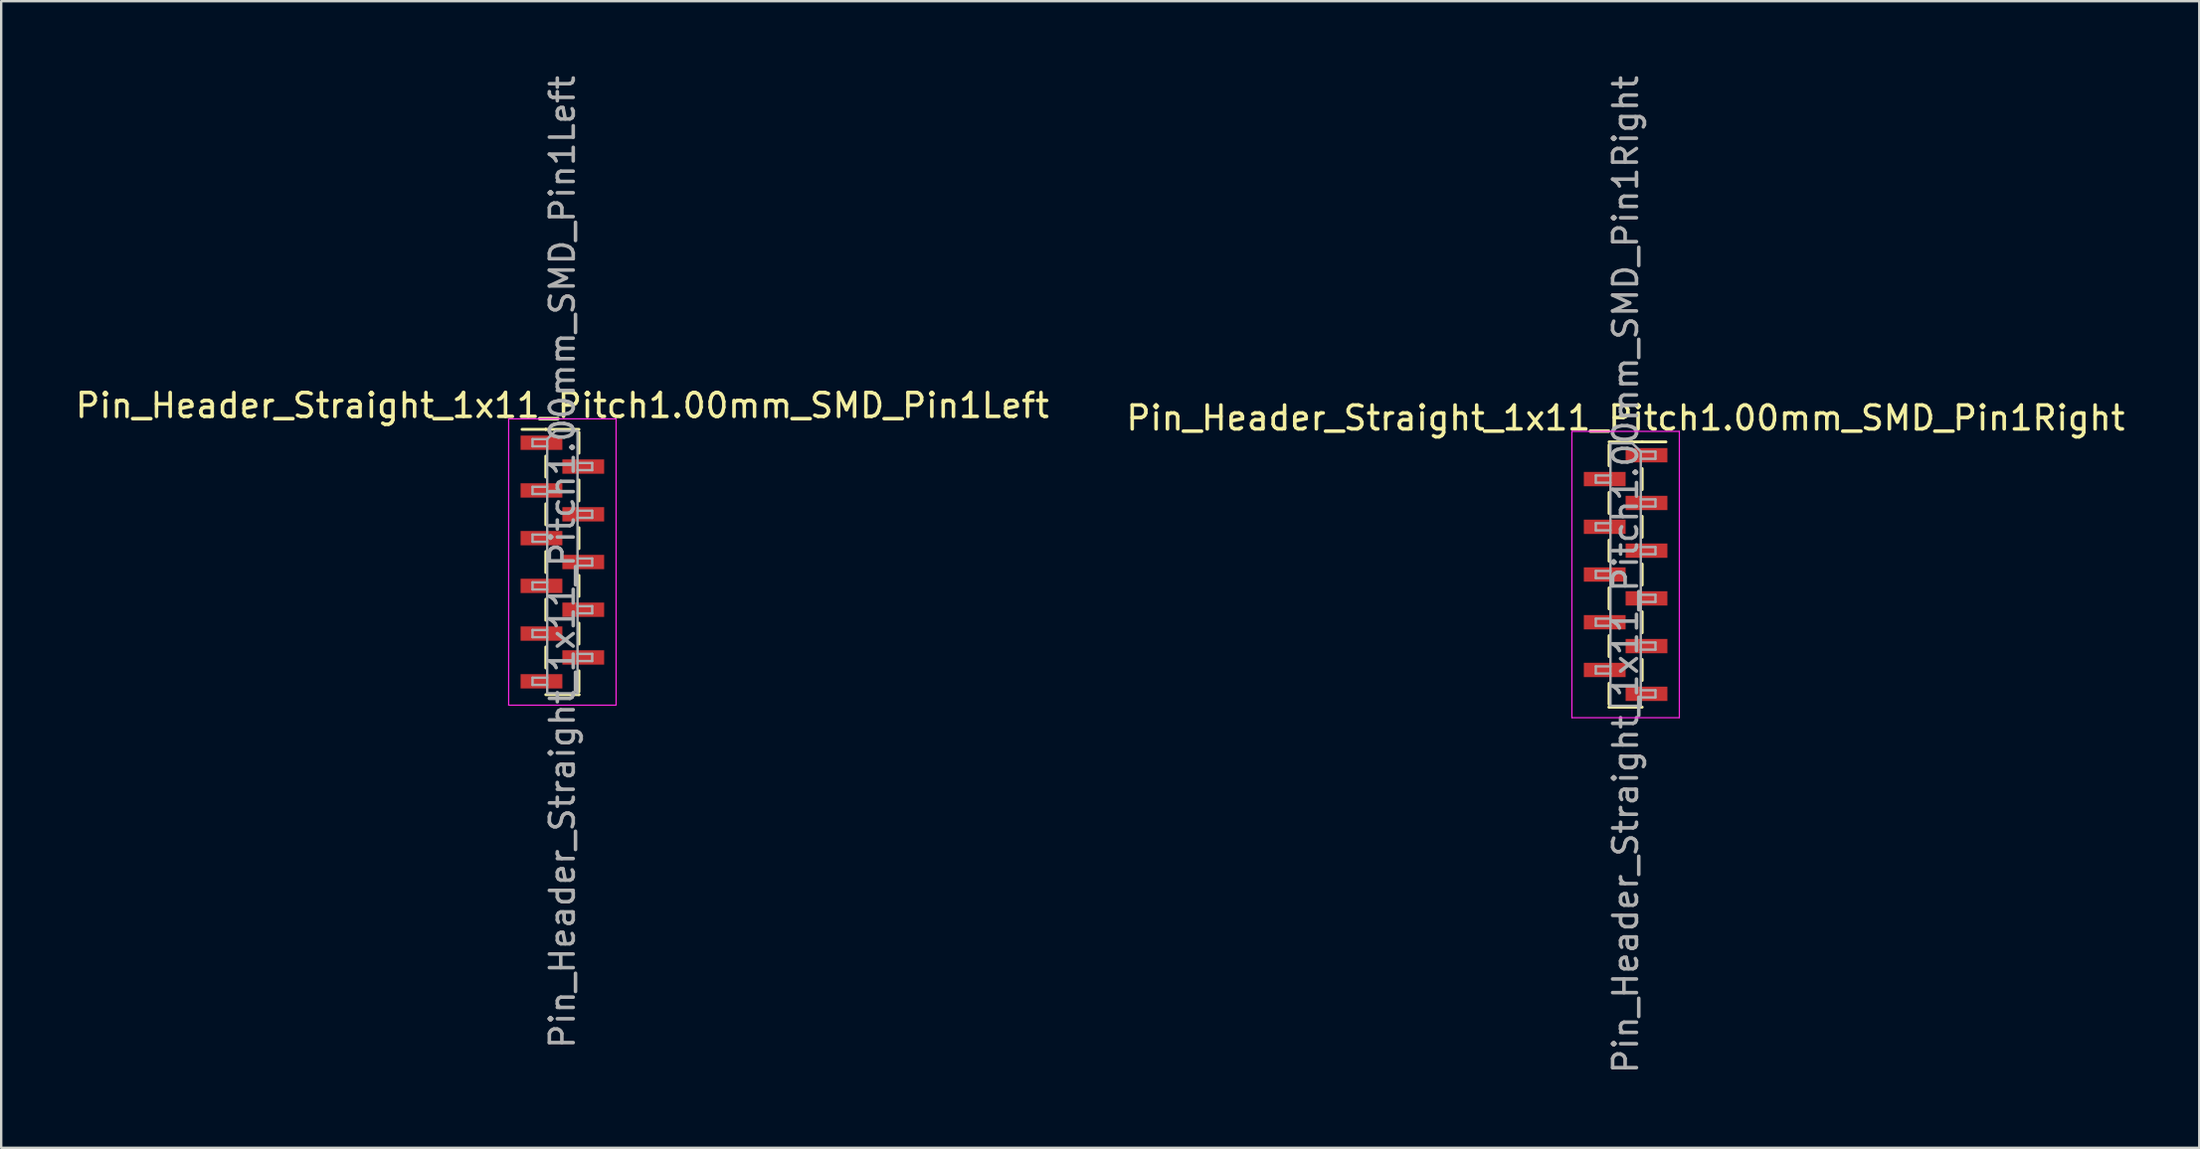
<source format=kicad_pcb>
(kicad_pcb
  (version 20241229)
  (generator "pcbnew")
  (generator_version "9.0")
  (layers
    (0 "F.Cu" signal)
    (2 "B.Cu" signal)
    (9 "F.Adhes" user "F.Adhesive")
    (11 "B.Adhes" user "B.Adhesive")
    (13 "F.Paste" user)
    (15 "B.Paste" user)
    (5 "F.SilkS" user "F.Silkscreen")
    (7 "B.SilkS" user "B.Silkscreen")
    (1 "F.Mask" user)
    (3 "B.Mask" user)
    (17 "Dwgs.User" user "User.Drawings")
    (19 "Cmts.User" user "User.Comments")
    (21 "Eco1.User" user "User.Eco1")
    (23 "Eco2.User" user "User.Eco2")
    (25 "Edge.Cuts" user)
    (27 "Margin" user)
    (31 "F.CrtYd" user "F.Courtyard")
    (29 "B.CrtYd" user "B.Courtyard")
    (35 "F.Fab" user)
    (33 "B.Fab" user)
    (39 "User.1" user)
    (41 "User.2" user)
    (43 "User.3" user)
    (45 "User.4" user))
  (footprint "Pin_Header_Straight_1x11_Pitch1.00mm_SMD_Pin1Left"
    (layer "F.Cu")
    (at 20.506 20.506)
    (property "Reference" "Pin_Header_Straight_1x11_Pitch1.00mm_SMD_Pin1Left" (at 0 -6.56 0) (layer "F.SilkS") (effects (font (size 1 1) (thickness 0.15))))
    (attr smd)
    (fp_line (start -0.695 -5.56) (end -1.69 -5.56) (stroke (width 0.12) (type solid)) (layer "F.SilkS"))
    (fp_line (start -0.695 -5.56) (end -0.695 -5.56) (stroke (width 0.12) (type solid)) (layer "F.SilkS"))
    (fp_line (start -0.695 -5.56) (end 0.695 -5.56) (stroke (width 0.12) (type solid)) (layer "F.SilkS"))
    (fp_line (start -0.695 -4.44) (end -0.695 -3.56) (stroke (width 0.12) (type solid)) (layer "F.SilkS"))
    (fp_line (start -0.695 -2.44) (end -0.695 -1.56) (stroke (width 0.12) (type solid)) (layer "F.SilkS"))
    (fp_line (start -0.695 -0.44) (end -0.695 0.44) (stroke (width 0.12) (type solid)) (layer "F.SilkS"))
    (fp_line (start -0.695 1.56) (end -0.695 2.44) (stroke (width 0.12) (type solid)) (layer "F.SilkS"))
    (fp_line (start -0.695 3.56) (end -0.695 4.44) (stroke (width 0.12) (type solid)) (layer "F.SilkS"))
    (fp_line (start -0.695 5.56) (end 0.695 5.56) (stroke (width 0.12) (type solid)) (layer "F.SilkS"))
    (fp_line (start 0.695 -5.44) (end 0.695 -4.56) (stroke (width 0.12) (type solid)) (layer "F.SilkS"))
    (fp_line (start 0.695 -3.44) (end 0.695 -2.56) (stroke (width 0.12) (type solid)) (layer "F.SilkS"))
    (fp_line (start 0.695 -1.44) (end 0.695 -0.56) (stroke (width 0.12) (type solid)) (layer "F.SilkS"))
    (fp_line (start 0.695 0.56) (end 0.695 1.44) (stroke (width 0.12) (type solid)) (layer "F.SilkS"))
    (fp_line (start 0.695 2.56) (end 0.695 3.44) (stroke (width 0.12) (type solid)) (layer "F.SilkS"))
    (fp_line (start 0.695 4.56) (end 0.695 5.44) (stroke (width 0.12) (type solid)) (layer "F.SilkS"))
    (fp_line (start 0.695 5.56) (end 0.695 5.56) (stroke (width 0.12) (type solid)) (layer "F.SilkS"))
    (fp_line (start -2.25 -6) (end -2.25 6) (stroke (width 0.05) (type solid)) (layer "F.CrtYd"))
    (fp_line (start -2.25 6) (end 2.25 6) (stroke (width 0.05) (type solid)) (layer "F.CrtYd"))
    (fp_line (start 2.25 -6) (end -2.25 -6) (stroke (width 0.05) (type solid)) (layer "F.CrtYd"))
    (fp_line (start 2.25 6) (end 2.25 -6) (stroke (width 0.05) (type solid)) (layer "F.CrtYd"))
    (fp_line (start -1.25 -5.15) (end -1.25 -4.85) (stroke (width 0.1) (type solid)) (layer "F.Fab"))
    (fp_line (start -1.25 -4.85) (end -0.635 -4.85) (stroke (width 0.1) (type solid)) (layer "F.Fab"))
    (fp_line (start -1.25 -3.15) (end -1.25 -2.85) (stroke (width 0.1) (type solid)) (layer "F.Fab"))
    (fp_line (start -1.25 -2.85) (end -0.635 -2.85) (stroke (width 0.1) (type solid)) (layer "F.Fab"))
    (fp_line (start -1.25 -1.15) (end -1.25 -0.85) (stroke (width 0.1) (type solid)) (layer "F.Fab"))
    (fp_line (start -1.25 -0.85) (end -0.635 -0.85) (stroke (width 0.1) (type solid)) (layer "F.Fab"))
    (fp_line (start -1.25 0.85) (end -1.25 1.15) (stroke (width 0.1) (type solid)) (layer "F.Fab"))
    (fp_line (start -1.25 1.15) (end -0.635 1.15) (stroke (width 0.1) (type solid)) (layer "F.Fab"))
    (fp_line (start -1.25 2.85) (end -1.25 3.15) (stroke (width 0.1) (type solid)) (layer "F.Fab"))
    (fp_line (start -1.25 3.15) (end -0.635 3.15) (stroke (width 0.1) (type solid)) (layer "F.Fab"))
    (fp_line (start -1.25 4.85) (end -1.25 5.15) (stroke (width 0.1) (type solid)) (layer "F.Fab"))
    (fp_line (start -1.25 5.15) (end -0.635 5.15) (stroke (width 0.1) (type solid)) (layer "F.Fab"))
    (fp_line (start -0.635 -5.15) (end -1.25 -5.15) (stroke (width 0.1) (type solid)) (layer "F.Fab"))
    (fp_line (start -0.635 -5.15) (end -0.285 -5.5) (stroke (width 0.1) (type solid)) (layer "F.Fab"))
    (fp_line (start -0.635 -3.15) (end -1.25 -3.15) (stroke (width 0.1) (type solid)) (layer "F.Fab"))
    (fp_line (start -0.635 -1.15) (end -1.25 -1.15) (stroke (width 0.1) (type solid)) (layer "F.Fab"))
    (fp_line (start -0.635 0.85) (end -1.25 0.85) (stroke (width 0.1) (type solid)) (layer "F.Fab"))
    (fp_line (start -0.635 2.85) (end -1.25 2.85) (stroke (width 0.1) (type solid)) (layer "F.Fab"))
    (fp_line (start -0.635 4.85) (end -1.25 4.85) (stroke (width 0.1) (type solid)) (layer "F.Fab"))
    (fp_line (start -0.635 5.5) (end -0.635 -5.15) (stroke (width 0.1) (type solid)) (layer "F.Fab"))
    (fp_line (start -0.285 -5.5) (end 0.635 -5.5) (stroke (width 0.1) (type solid)) (layer "F.Fab"))
    (fp_line (start 0.635 -5.5) (end 0.635 5.5) (stroke (width 0.1) (type solid)) (layer "F.Fab"))
    (fp_line (start 0.635 -4.15) (end 1.25 -4.15) (stroke (width 0.1) (type solid)) (layer "F.Fab"))
    (fp_line (start 0.635 -2.15) (end 1.25 -2.15) (stroke (width 0.1) (type solid)) (layer "F.Fab"))
    (fp_line (start 0.635 -0.15) (end 1.25 -0.15) (stroke (width 0.1) (type solid)) (layer "F.Fab"))
    (fp_line (start 0.635 1.85) (end 1.25 1.85) (stroke (width 0.1) (type solid)) (layer "F.Fab"))
    (fp_line (start 0.635 3.85) (end 1.25 3.85) (stroke (width 0.1) (type solid)) (layer "F.Fab"))
    (fp_line (start 0.635 5.5) (end -0.635 5.5) (stroke (width 0.1) (type solid)) (layer "F.Fab"))
    (fp_line (start 1.25 -4.15) (end 1.25 -3.85) (stroke (width 0.1) (type solid)) (layer "F.Fab"))
    (fp_line (start 1.25 -3.85) (end 0.635 -3.85) (stroke (width 0.1) (type solid)) (layer "F.Fab"))
    (fp_line (start 1.25 -2.15) (end 1.25 -1.85) (stroke (width 0.1) (type solid)) (layer "F.Fab"))
    (fp_line (start 1.25 -1.85) (end 0.635 -1.85) (stroke (width 0.1) (type solid)) (layer "F.Fab"))
    (fp_line (start 1.25 -0.15) (end 1.25 0.15) (stroke (width 0.1) (type solid)) (layer "F.Fab"))
    (fp_line (start 1.25 0.15) (end 0.635 0.15) (stroke (width 0.1) (type solid)) (layer "F.Fab"))
    (fp_line (start 1.25 1.85) (end 1.25 2.15) (stroke (width 0.1) (type solid)) (layer "F.Fab"))
    (fp_line (start 1.25 2.15) (end 0.635 2.15) (stroke (width 0.1) (type solid)) (layer "F.Fab"))
    (fp_line (start 1.25 3.85) (end 1.25 4.15) (stroke (width 0.1) (type solid)) (layer "F.Fab"))
    (fp_line (start 1.25 4.15) (end 0.635 4.15) (stroke (width 0.1) (type solid)) (layer "F.Fab"))
    (fp_text user "${REFERENCE}" (at 0 0 90) (layer "F.Fab") (effects (font (size 1 1) (thickness 0.15))))
    (pad "1" smd rect (at -0.875 -5) (size 1.75 0.6) (layers "F.Cu" "F.Mask" "F.Paste"))
    (pad "2" smd rect (at 0.875 -4) (size 1.75 0.6) (layers "F.Cu" "F.Mask" "F.Paste"))
    (pad "3" smd rect (at -0.875 -3) (size 1.75 0.6) (layers "F.Cu" "F.Mask" "F.Paste"))
    (pad "4" smd rect (at 0.875 -2) (size 1.75 0.6) (layers "F.Cu" "F.Mask" "F.Paste"))
    (pad "5" smd rect (at -0.875 -1) (size 1.75 0.6) (layers "F.Cu" "F.Mask" "F.Paste"))
    (pad "6" smd rect (at 0.875 0) (size 1.75 0.6) (layers "F.Cu" "F.Mask" "F.Paste"))
    (pad "7" smd rect (at -0.875 1) (size 1.75 0.6) (layers "F.Cu" "F.Mask" "F.Paste"))
    (pad "8" smd rect (at 0.875 2) (size 1.75 0.6) (layers "F.Cu" "F.Mask" "F.Paste"))
    (pad "9" smd rect (at -0.875 3) (size 1.75 0.6) (layers "F.Cu" "F.Mask" "F.Paste"))
    (pad "10" smd rect (at 0.875 4) (size 1.75 0.6) (layers "F.Cu" "F.Mask" "F.Paste"))
    (pad "11" smd rect (at -0.875 5) (size 1.75 0.6) (layers "F.Cu" "F.Mask" "F.Paste")))
  (footprint "Pin_Header_Straight_1x11_Pitch1.00mm_SMD_Pin1Right"
    (layer "F.Cu")
    (at 65.042 21.03)
    (property "Reference" "Pin_Header_Straight_1x11_Pitch1.00mm_SMD_Pin1Right" (at 0 -6.56 0) (layer "F.SilkS") (effects (font (size 1 1) (thickness 0.15))))
    (attr smd)
    (fp_line (start -0.695 -5.56) (end 0.695 -5.56) (stroke (width 0.12) (type solid)) (layer "F.SilkS"))
    (fp_line (start -0.695 -5.44) (end -0.695 -4.56) (stroke (width 0.12) (type solid)) (layer "F.SilkS"))
    (fp_line (start -0.695 -3.44) (end -0.695 -2.56) (stroke (width 0.12) (type solid)) (layer "F.SilkS"))
    (fp_line (start -0.695 -1.44) (end -0.695 -0.56) (stroke (width 0.12) (type solid)) (layer "F.SilkS"))
    (fp_line (start -0.695 0.56) (end -0.695 1.44) (stroke (width 0.12) (type solid)) (layer "F.SilkS"))
    (fp_line (start -0.695 2.56) (end -0.695 3.44) (stroke (width 0.12) (type solid)) (layer "F.SilkS"))
    (fp_line (start -0.695 4.56) (end -0.695 5.44) (stroke (width 0.12) (type solid)) (layer "F.SilkS"))
    (fp_line (start -0.695 5.56) (end -0.695 5.56) (stroke (width 0.12) (type solid)) (layer "F.SilkS"))
    (fp_line (start -0.695 5.56) (end 0.695 5.56) (stroke (width 0.12) (type solid)) (layer "F.SilkS"))
    (fp_line (start 0.695 -5.56) (end 0.695 -5.56) (stroke (width 0.12) (type solid)) (layer "F.SilkS"))
    (fp_line (start 0.695 -5.56) (end 1.69 -5.56) (stroke (width 0.12) (type solid)) (layer "F.SilkS"))
    (fp_line (start 0.695 -4.44) (end 0.695 -3.56) (stroke (width 0.12) (type solid)) (layer "F.SilkS"))
    (fp_line (start 0.695 -2.44) (end 0.695 -1.56) (stroke (width 0.12) (type solid)) (layer "F.SilkS"))
    (fp_line (start 0.695 -0.44) (end 0.695 0.44) (stroke (width 0.12) (type solid)) (layer "F.SilkS"))
    (fp_line (start 0.695 1.56) (end 0.695 2.44) (stroke (width 0.12) (type solid)) (layer "F.SilkS"))
    (fp_line (start 0.695 3.56) (end 0.695 4.44) (stroke (width 0.12) (type solid)) (layer "F.SilkS"))
    (fp_line (start -2.25 -6) (end -2.25 6) (stroke (width 0.05) (type solid)) (layer "F.CrtYd"))
    (fp_line (start -2.25 6) (end 2.25 6) (stroke (width 0.05) (type solid)) (layer "F.CrtYd"))
    (fp_line (start 2.25 -6) (end -2.25 -6) (stroke (width 0.05) (type solid)) (layer "F.CrtYd"))
    (fp_line (start 2.25 6) (end 2.25 -6) (stroke (width 0.05) (type solid)) (layer "F.CrtYd"))
    (fp_line (start -1.25 -4.15) (end -1.25 -3.85) (stroke (width 0.1) (type solid)) (layer "F.Fab"))
    (fp_line (start -1.25 -3.85) (end -0.635 -3.85) (stroke (width 0.1) (type solid)) (layer "F.Fab"))
    (fp_line (start -1.25 -2.15) (end -1.25 -1.85) (stroke (width 0.1) (type solid)) (layer "F.Fab"))
    (fp_line (start -1.25 -1.85) (end -0.635 -1.85) (stroke (width 0.1) (type solid)) (layer "F.Fab"))
    (fp_line (start -1.25 -0.15) (end -1.25 0.15) (stroke (width 0.1) (type solid)) (layer "F.Fab"))
    (fp_line (start -1.25 0.15) (end -0.635 0.15) (stroke (width 0.1) (type solid)) (layer "F.Fab"))
    (fp_line (start -1.25 1.85) (end -1.25 2.15) (stroke (width 0.1) (type solid)) (layer "F.Fab"))
    (fp_line (start -1.25 2.15) (end -0.635 2.15) (stroke (width 0.1) (type solid)) (layer "F.Fab"))
    (fp_line (start -1.25 3.85) (end -1.25 4.15) (stroke (width 0.1) (type solid)) (layer "F.Fab"))
    (fp_line (start -1.25 4.15) (end -0.635 4.15) (stroke (width 0.1) (type solid)) (layer "F.Fab"))
    (fp_line (start -0.635 -5.5) (end -0.635 5.5) (stroke (width 0.1) (type solid)) (layer "F.Fab"))
    (fp_line (start -0.635 -5.5) (end 0.285 -5.5) (stroke (width 0.1) (type solid)) (layer "F.Fab"))
    (fp_line (start -0.635 -4.15) (end -1.25 -4.15) (stroke (width 0.1) (type solid)) (layer "F.Fab"))
    (fp_line (start -0.635 -2.15) (end -1.25 -2.15) (stroke (width 0.1) (type solid)) (layer "F.Fab"))
    (fp_line (start -0.635 -0.15) (end -1.25 -0.15) (stroke (width 0.1) (type solid)) (layer "F.Fab"))
    (fp_line (start -0.635 1.85) (end -1.25 1.85) (stroke (width 0.1) (type solid)) (layer "F.Fab"))
    (fp_line (start -0.635 3.85) (end -1.25 3.85) (stroke (width 0.1) (type solid)) (layer "F.Fab"))
    (fp_line (start 0.635 -5.15) (end 0.285 -5.5) (stroke (width 0.1) (type solid)) (layer "F.Fab"))
    (fp_line (start 0.635 -5.15) (end 1.25 -5.15) (stroke (width 0.1) (type solid)) (layer "F.Fab"))
    (fp_line (start 0.635 -3.15) (end 1.25 -3.15) (stroke (width 0.1) (type solid)) (layer "F.Fab"))
    (fp_line (start 0.635 -1.15) (end 1.25 -1.15) (stroke (width 0.1) (type solid)) (layer "F.Fab"))
    (fp_line (start 0.635 0.85) (end 1.25 0.85) (stroke (width 0.1) (type solid)) (layer "F.Fab"))
    (fp_line (start 0.635 2.85) (end 1.25 2.85) (stroke (width 0.1) (type solid)) (layer "F.Fab"))
    (fp_line (start 0.635 4.85) (end 1.25 4.85) (stroke (width 0.1) (type solid)) (layer "F.Fab"))
    (fp_line (start 0.635 5.5) (end -0.635 5.5) (stroke (width 0.1) (type solid)) (layer "F.Fab"))
    (fp_line (start 0.635 5.5) (end 0.635 -5.15) (stroke (width 0.1) (type solid)) (layer "F.Fab"))
    (fp_line (start 1.25 -5.15) (end 1.25 -4.85) (stroke (width 0.1) (type solid)) (layer "F.Fab"))
    (fp_line (start 1.25 -4.85) (end 0.635 -4.85) (stroke (width 0.1) (type solid)) (layer "F.Fab"))
    (fp_line (start 1.25 -3.15) (end 1.25 -2.85) (stroke (width 0.1) (type solid)) (layer "F.Fab"))
    (fp_line (start 1.25 -2.85) (end 0.635 -2.85) (stroke (width 0.1) (type solid)) (layer "F.Fab"))
    (fp_line (start 1.25 -1.15) (end 1.25 -0.85) (stroke (width 0.1) (type solid)) (layer "F.Fab"))
    (fp_line (start 1.25 -0.85) (end 0.635 -0.85) (stroke (width 0.1) (type solid)) (layer "F.Fab"))
    (fp_line (start 1.25 0.85) (end 1.25 1.15) (stroke (width 0.1) (type solid)) (layer "F.Fab"))
    (fp_line (start 1.25 1.15) (end 0.635 1.15) (stroke (width 0.1) (type solid)) (layer "F.Fab"))
    (fp_line (start 1.25 2.85) (end 1.25 3.15) (stroke (width 0.1) (type solid)) (layer "F.Fab"))
    (fp_line (start 1.25 3.15) (end 0.635 3.15) (stroke (width 0.1) (type solid)) (layer "F.Fab"))
    (fp_line (start 1.25 4.85) (end 1.25 5.15) (stroke (width 0.1) (type solid)) (layer "F.Fab"))
    (fp_line (start 1.25 5.15) (end 0.635 5.15) (stroke (width 0.1) (type solid)) (layer "F.Fab"))
    (fp_text user "${REFERENCE}" (at 0 0 90) (layer "F.Fab") (effects (font (size 1 1) (thickness 0.15))))
    (pad "1" smd rect (at 0.875 -5) (size 1.75 0.6) (layers "F.Cu" "F.Mask" "F.Paste"))
    (pad "2" smd rect (at -0.875 -4) (size 1.75 0.6) (layers "F.Cu" "F.Mask" "F.Paste"))
    (pad "3" smd rect (at 0.875 -3) (size 1.75 0.6) (layers "F.Cu" "F.Mask" "F.Paste"))
    (pad "4" smd rect (at -0.875 -2) (size 1.75 0.6) (layers "F.Cu" "F.Mask" "F.Paste"))
    (pad "5" smd rect (at 0.875 -1) (size 1.75 0.6) (layers "F.Cu" "F.Mask" "F.Paste"))
    (pad "6" smd rect (at -0.875 0) (size 1.75 0.6) (layers "F.Cu" "F.Mask" "F.Paste"))
    (pad "7" smd rect (at 0.875 1) (size 1.75 0.6) (layers "F.Cu" "F.Mask" "F.Paste"))
    (pad "8" smd rect (at -0.875 2) (size 1.75 0.6) (layers "F.Cu" "F.Mask" "F.Paste"))
    (pad "9" smd rect (at 0.875 3) (size 1.75 0.6) (layers "F.Cu" "F.Mask" "F.Paste"))
    (pad "10" smd rect (at -0.875 4) (size 1.75 0.6) (layers "F.Cu" "F.Mask" "F.Paste"))
    (pad "11" smd rect (at 0.875 5) (size 1.75 0.6) (layers "F.Cu" "F.Mask" "F.Paste")))
  (gr_rect
    (start -3 -3)
    (end 89.071 45.06)
    (stroke (width 0.1) (type default))
    (fill no)
    (layer "Edge.Cuts")))
</source>
